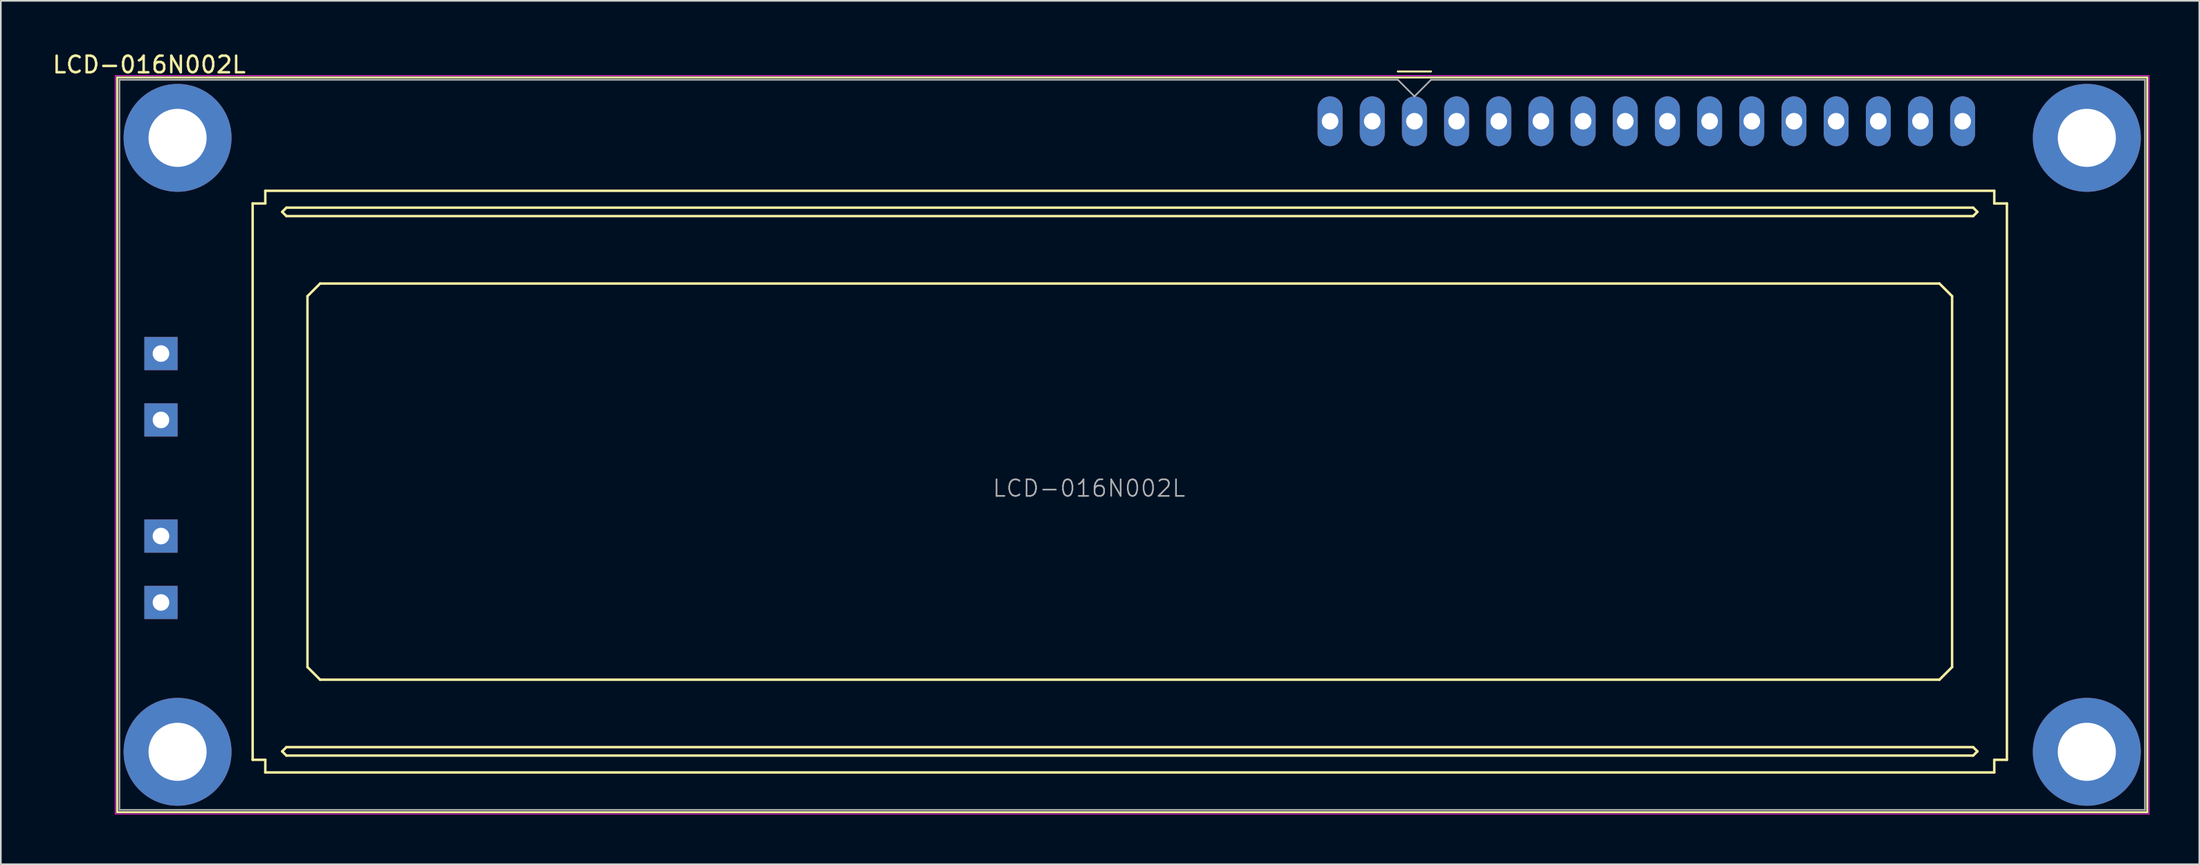
<source format=kicad_pcb>
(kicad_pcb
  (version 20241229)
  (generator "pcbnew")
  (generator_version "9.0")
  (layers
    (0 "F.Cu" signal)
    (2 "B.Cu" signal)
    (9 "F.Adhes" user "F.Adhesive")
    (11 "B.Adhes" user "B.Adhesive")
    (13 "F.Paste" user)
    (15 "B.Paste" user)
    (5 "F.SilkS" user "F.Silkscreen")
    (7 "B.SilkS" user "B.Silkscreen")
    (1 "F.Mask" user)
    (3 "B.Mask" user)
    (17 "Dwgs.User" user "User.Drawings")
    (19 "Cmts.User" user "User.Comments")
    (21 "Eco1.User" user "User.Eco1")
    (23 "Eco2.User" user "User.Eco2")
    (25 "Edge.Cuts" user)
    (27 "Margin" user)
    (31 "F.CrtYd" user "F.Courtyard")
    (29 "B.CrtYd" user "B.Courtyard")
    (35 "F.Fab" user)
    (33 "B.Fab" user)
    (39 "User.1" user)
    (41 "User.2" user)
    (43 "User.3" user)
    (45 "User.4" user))
  (footprint "LCD-016N002L"
    (layer "F.Cu")
    (at 82.145 4.258)
    (property "Reference" "LCD-016N002L" (at -76.21 -3.41 180) (layer "F.SilkS") (effects (font (size 1 1) (thickness 0.15))))
    (attr through_hole)
    (fp_line (start -78.14 -2.64) (end -78.14 41.64) (stroke (width 0.12) (type solid)) (layer "F.SilkS"))
    (fp_line (start -78.14 41.64) (end 44.14 41.64) (stroke (width 0.12) (type solid)) (layer "F.SilkS"))
    (fp_line (start -69.977 4.953) (end -69.977 38.481) (stroke (width 0.15) (type solid)) (layer "F.SilkS"))
    (fp_line (start -69.215 4.191) (end -69.215 4.953) (stroke (width 0.15) (type solid)) (layer "F.SilkS"))
    (fp_line (start -69.215 4.953) (end -69.977 4.953) (stroke (width 0.15) (type solid)) (layer "F.SilkS"))
    (fp_line (start -69.215 38.481) (end -69.977 38.481) (stroke (width 0.15) (type solid)) (layer "F.SilkS"))
    (fp_line (start -69.215 39.243) (end -69.215 38.481) (stroke (width 0.15) (type solid)) (layer "F.SilkS"))
    (fp_line (start -69.215 39.243) (end 34.925 39.243) (stroke (width 0.15) (type solid)) (layer "F.SilkS"))
    (fp_line (start -68.199 5.461) (end -67.945 5.715) (stroke (width 0.15) (type solid)) (layer "F.SilkS"))
    (fp_line (start -68.199 37.973) (end -67.945 38.227) (stroke (width 0.15) (type solid)) (layer "F.SilkS"))
    (fp_line (start -67.945 5.207) (end -68.199 5.461) (stroke (width 0.15) (type solid)) (layer "F.SilkS"))
    (fp_line (start -67.945 5.715) (end 33.655 5.715) (stroke (width 0.15) (type solid)) (layer "F.SilkS"))
    (fp_line (start -67.945 37.719) (end -68.199 37.973) (stroke (width 0.15) (type solid)) (layer "F.SilkS"))
    (fp_line (start -67.945 38.227) (end 33.655 38.227) (stroke (width 0.15) (type solid)) (layer "F.SilkS"))
    (fp_line (start -66.675 10.541) (end -65.913 9.779) (stroke (width 0.15) (type solid)) (layer "F.SilkS"))
    (fp_line (start -66.675 32.893) (end -66.675 10.541) (stroke (width 0.15) (type solid)) (layer "F.SilkS"))
    (fp_line (start -65.913 9.779) (end 31.623 9.779) (stroke (width 0.15) (type solid)) (layer "F.SilkS"))
    (fp_line (start -65.913 33.655) (end -66.675 32.893) (stroke (width 0.15) (type solid)) (layer "F.SilkS"))
    (fp_line (start -1 -3) (end 1 -3) (stroke (width 0.12) (type solid)) (layer "F.SilkS"))
    (fp_line (start 31.623 9.779) (end 32.385 10.541) (stroke (width 0.15) (type solid)) (layer "F.SilkS"))
    (fp_line (start 31.623 33.655) (end -65.913 33.655) (stroke (width 0.15) (type solid)) (layer "F.SilkS"))
    (fp_line (start 32.385 10.541) (end 32.385 32.893) (stroke (width 0.15) (type solid)) (layer "F.SilkS"))
    (fp_line (start 32.385 32.893) (end 31.623 33.655) (stroke (width 0.15) (type solid)) (layer "F.SilkS"))
    (fp_line (start 33.655 5.207) (end -67.945 5.207) (stroke (width 0.15) (type solid)) (layer "F.SilkS"))
    (fp_line (start 33.655 5.207) (end 33.909 5.461) (stroke (width 0.15) (type solid)) (layer "F.SilkS"))
    (fp_line (start 33.655 37.719) (end -67.945 37.719) (stroke (width 0.15) (type solid)) (layer "F.SilkS"))
    (fp_line (start 33.655 38.227) (end 33.909 37.973) (stroke (width 0.15) (type solid)) (layer "F.SilkS"))
    (fp_line (start 33.909 5.461) (end 33.655 5.715) (stroke (width 0.15) (type solid)) (layer "F.SilkS"))
    (fp_line (start 33.909 37.973) (end 33.655 37.719) (stroke (width 0.15) (type solid)) (layer "F.SilkS"))
    (fp_line (start 34.925 4.191) (end -69.215 4.191) (stroke (width 0.15) (type solid)) (layer "F.SilkS"))
    (fp_line (start 34.925 4.191) (end 34.925 4.953) (stroke (width 0.15) (type solid)) (layer "F.SilkS"))
    (fp_line (start 34.925 4.953) (end 35.687 4.953) (stroke (width 0.15) (type solid)) (layer "F.SilkS"))
    (fp_line (start 34.925 38.481) (end 34.925 39.243) (stroke (width 0.15) (type solid)) (layer "F.SilkS"))
    (fp_line (start 35.687 38.481) (end 34.925 38.481) (stroke (width 0.15) (type solid)) (layer "F.SilkS"))
    (fp_line (start 35.687 38.481) (end 35.687 4.953) (stroke (width 0.15) (type solid)) (layer "F.SilkS"))
    (fp_line (start 44.14 -2.64) (end -78.14 -2.64) (stroke (width 0.12) (type solid)) (layer "F.SilkS"))
    (fp_line (start 44.14 -2.64) (end 44.14 41.64) (stroke (width 0.12) (type solid)) (layer "F.SilkS"))
    (fp_line (start -78.25 -2.75) (end -78.25 41.75) (stroke (width 0.05) (type solid)) (layer "F.CrtYd"))
    (fp_line (start -78.25 -2.75) (end 44.25 -2.75) (stroke (width 0.05) (type solid)) (layer "F.CrtYd"))
    (fp_line (start -78.25 41.75) (end 44.25 41.75) (stroke (width 0.05) (type solid)) (layer "F.CrtYd"))
    (fp_line (start 44.25 -2.75) (end 44.25 41.75) (stroke (width 0.05) (type solid)) (layer "F.CrtYd"))
    (fp_line (start -78 -2.5) (end -1 -2.5) (stroke (width 0.1) (type solid)) (layer "F.Fab"))
    (fp_line (start -78 41.5) (end -78 -2.5) (stroke (width 0.1) (type solid)) (layer "F.Fab"))
    (fp_line (start 0 -1.5) (end -1 -2.5) (stroke (width 0.1) (type solid)) (layer "F.Fab"))
    (fp_line (start 1 -2.5) (end 0 -1.5) (stroke (width 0.1) (type solid)) (layer "F.Fab"))
    (fp_line (start 1 -2.5) (end 44 -2.5) (stroke (width 0.1) (type solid)) (layer "F.Fab"))
    (fp_line (start 44 -2.5) (end 44 41.5) (stroke (width 0.1) (type solid)) (layer "F.Fab"))
    (fp_line (start 44 41.5) (end -78 41.5) (stroke (width 0.1) (type solid)) (layer "F.Fab"))
    (fp_text user "${REFERENCE}" (at -19.6 22.12 0) (layer "F.Fab") (effects (font (size 1 1) (thickness 0.1))))
    (pad "" thru_hole circle (at -74.5 1 180) (size 6.5 6.5) (drill 3.5) (layers "*.Cu" "*.Mask"))
    (pad "" thru_hole circle (at -74.5 38 180) (size 6.5 6.5) (drill 3.5) (layers "*.Cu" "*.Mask"))
    (pad "" thru_hole circle (at 40.5 1 180) (size 6.5 6.5) (drill 3.5) (layers "*.Cu" "*.Mask"))
    (pad "" thru_hole circle (at 40.5 38 180) (size 6.5 6.5) (drill 3.5) (layers "*.Cu" "*.Mask"))
    (pad "1" thru_hole oval (at 0 0 180) (size 1.5 3) (drill 1) (layers "*.Cu" "*.Mask"))
    (pad "2" thru_hole oval (at 2.54 0 180) (size 1.5 3) (drill 1) (layers "*.Cu" "*.Mask"))
    (pad "3" thru_hole oval (at 5.08 0 180) (size 1.5 3) (drill 1) (layers "*.Cu" "*.Mask"))
    (pad "4" thru_hole oval (at 7.62 0 180) (size 1.5 3) (drill 1) (layers "*.Cu" "*.Mask"))
    (pad "5" thru_hole oval (at 10.16 0 180) (size 1.5 3) (drill 1) (layers "*.Cu" "*.Mask"))
    (pad "6" thru_hole oval (at 12.7 0 180) (size 1.5 3) (drill 1) (layers "*.Cu" "*.Mask"))
    (pad "7" thru_hole oval (at 15.24 0 180) (size 1.5 3) (drill 1) (layers "*.Cu" "*.Mask"))
    (pad "8" thru_hole oval (at 17.78 0 180) (size 1.5 3) (drill 1) (layers "*.Cu" "*.Mask"))
    (pad "9" thru_hole oval (at 20.32 0 180) (size 1.5 3) (drill 1) (layers "*.Cu" "*.Mask"))
    (pad "10" thru_hole oval (at 22.86 0 180) (size 1.5 3) (drill 1) (layers "*.Cu" "*.Mask"))
    (pad "11" thru_hole oval (at 25.4 0 180) (size 1.5 3) (drill 1) (layers "*.Cu" "*.Mask"))
    (pad "12" thru_hole oval (at 27.94 0 180) (size 1.5 3) (drill 1) (layers "*.Cu" "*.Mask"))
    (pad "13" thru_hole oval (at 30.48 0 180) (size 1.5 3) (drill 1) (layers "*.Cu" "*.Mask"))
    (pad "14" thru_hole oval (at 33.02 0 180) (size 1.5 3) (drill 1) (layers "*.Cu" "*.Mask"))
    (pad "15" thru_hole oval (at -2.54 0 180) (size 1.5 3) (drill 1) (layers "*.Cu" "*.Mask"))
    (pad "16" thru_hole oval (at -5.08 0 180) (size 1.5 3) (drill 1) (layers "*.Cu" "*.Mask"))
    (pad "A1" thru_hole rect (at -75.5 14 180) (size 2 2) (drill 1) (layers "*.Cu" "*.Mask"))
    (pad "A2" thru_hole rect (at -75.5 25 180) (size 2 2) (drill 1) (layers "*.Cu" "*.Mask"))
    (pad "K1" thru_hole rect (at -75.5 18 180) (size 2 2) (drill 1) (layers "*.Cu" "*.Mask"))
    (pad "K2" thru_hole rect (at -75.5 29 180) (size 2 2) (drill 1) (layers "*.Cu" "*.Mask")))
  (gr_rect
    (start -3 -3)
    (end 129.42 49.033)
    (stroke (width 0.1) (type default))
    (fill no)
    (layer "Edge.Cuts")))
</source>
